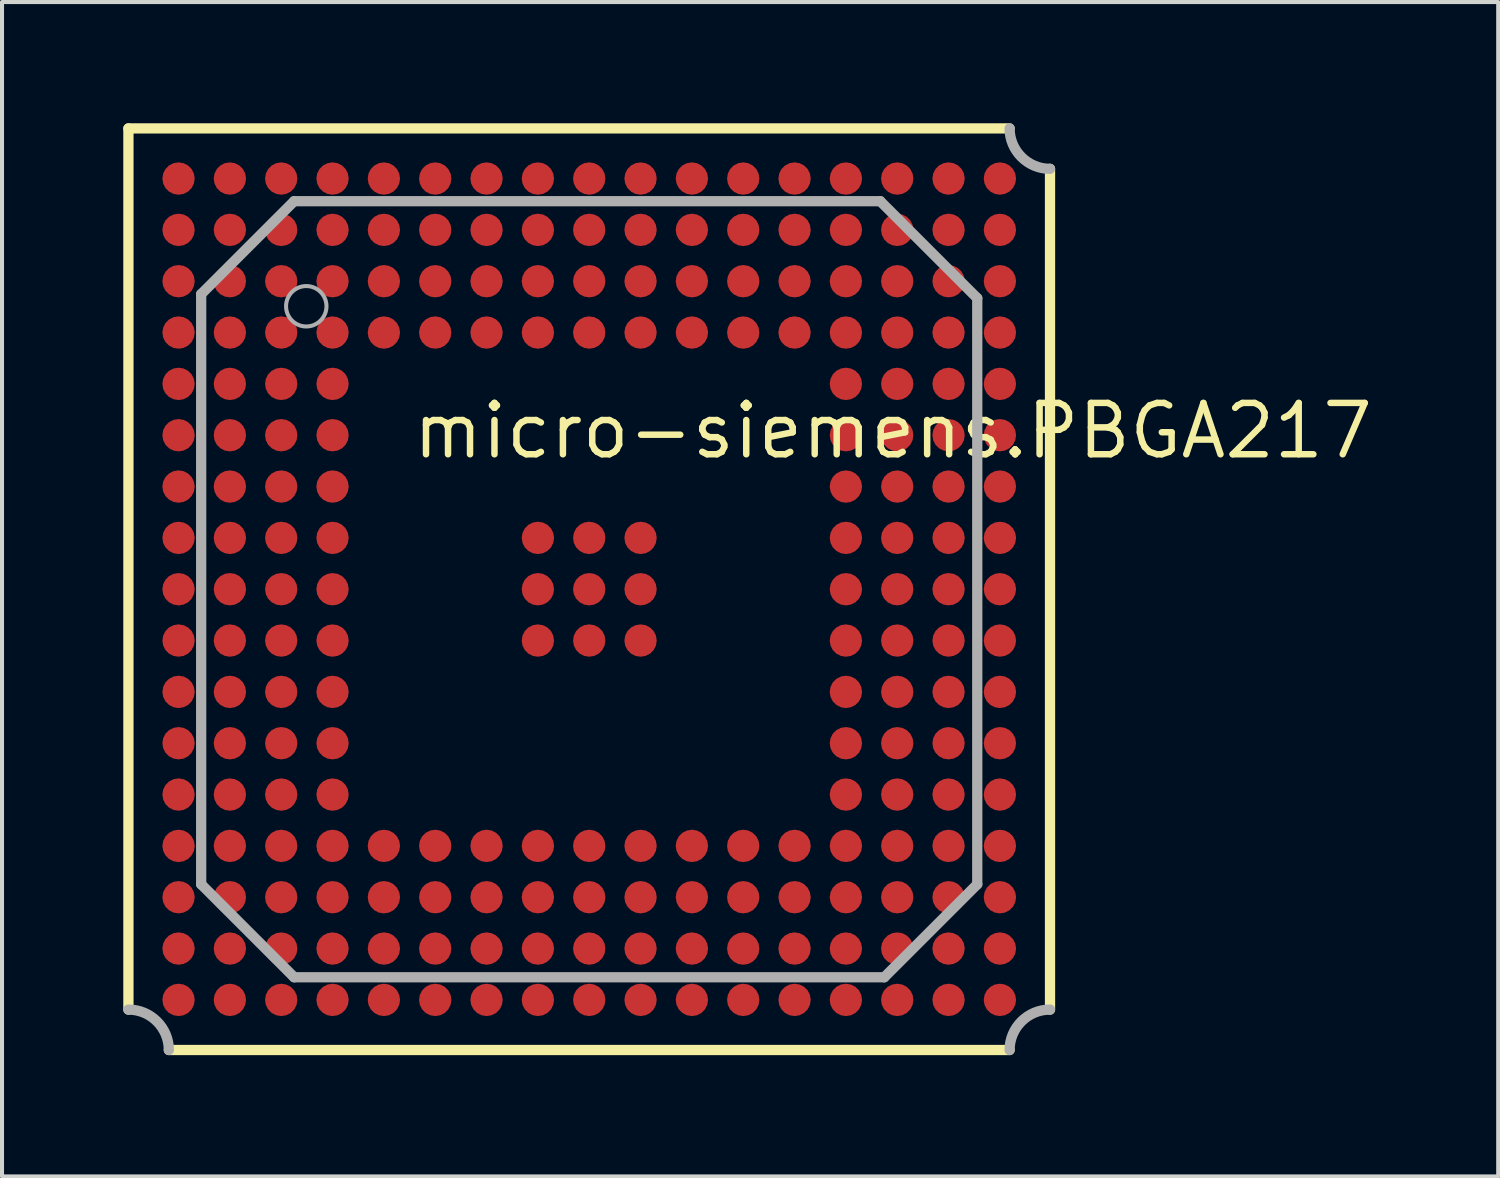
<source format=kicad_pcb>
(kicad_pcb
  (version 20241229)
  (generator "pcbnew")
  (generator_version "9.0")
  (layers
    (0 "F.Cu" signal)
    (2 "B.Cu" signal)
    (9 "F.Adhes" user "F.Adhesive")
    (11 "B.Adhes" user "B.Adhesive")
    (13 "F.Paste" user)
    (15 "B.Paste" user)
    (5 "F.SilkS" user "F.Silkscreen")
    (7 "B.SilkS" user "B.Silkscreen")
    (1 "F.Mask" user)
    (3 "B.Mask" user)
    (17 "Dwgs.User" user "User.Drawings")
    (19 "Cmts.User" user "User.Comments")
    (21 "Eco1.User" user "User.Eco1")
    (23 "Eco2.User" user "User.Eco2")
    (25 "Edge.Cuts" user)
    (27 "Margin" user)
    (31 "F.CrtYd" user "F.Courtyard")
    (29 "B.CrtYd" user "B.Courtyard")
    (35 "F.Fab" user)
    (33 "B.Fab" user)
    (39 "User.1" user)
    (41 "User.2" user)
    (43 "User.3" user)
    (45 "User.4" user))
  (footprint "micro-siemens.PBGA217"
    (layer "F.Cu")
    (at 11.527 11.527)
    (property "Reference" "micro-siemens.PBGA217" (at -4.445 -3.175 0) (layer "F.SilkS") (effects (font (size 1.27 1.27) (thickness 0.16)) (justify left bottom)))
    (attr smd)
    (fp_line (start -11.4 -11.4) (end 10.4 -11.4) (stroke (width 0.254) (type default)) (layer "F.SilkS"))
    (fp_line (start -11.4 10.4) (end -11.4 -11.4) (stroke (width 0.254) (type default)) (layer "F.SilkS"))
    (fp_line (start 10.4 11.4) (end -10.4 11.4) (stroke (width 0.254) (type default)) (layer "F.SilkS"))
    (fp_line (start 11.4 -10.4) (end 11.4 10.4) (stroke (width 0.254) (type default)) (layer "F.SilkS"))
    (fp_line (start -9.6 -7.3) (end -7.3 -9.6) (stroke (width 0.254) (type default)) (layer "F.Fab"))
    (fp_line (start -9.6 7.3) (end -9.6 -7.3) (stroke (width 0.254) (type default)) (layer "F.Fab"))
    (fp_line (start -7.3 -9.6) (end 7.2 -9.6) (stroke (width 0.254) (type default)) (layer "F.Fab"))
    (fp_line (start -7.3 9.6) (end -9.6 7.3) (stroke (width 0.254) (type default)) (layer "F.Fab"))
    (fp_line (start 7.2 -9.6) (end 9.6 -7.2) (stroke (width 0.254) (type default)) (layer "F.Fab"))
    (fp_line (start 7.3 9.6) (end -7.3 9.6) (stroke (width 0.254) (type default)) (layer "F.Fab"))
    (fp_line (start 9.6 -7.2) (end 9.6 7.3) (stroke (width 0.254) (type default)) (layer "F.Fab"))
    (fp_line (start 9.6 7.3) (end 7.3 9.6) (stroke (width 0.254) (type default)) (layer "F.Fab"))
    (fp_arc (start -11.4 10.4) (mid -10.692893 10.692893) (end -10.4 11.4) (stroke (width 0.254) (type default)) (layer "F.Fab"))
    (fp_arc (start 10.4 11.4) (mid 10.692893 10.692893) (end 11.4 10.4) (stroke (width 0.254) (type default)) (layer "F.Fab"))
    (fp_arc (start 11.4 -10.4) (mid 10.692893 -10.692893) (end 10.4 -11.4) (stroke (width 0.254) (type default)) (layer "F.Fab"))
    (fp_circle (center -7 -7) (end -6.5 -7) (stroke (width 0.1) (type default)) (fill no) (layer "F.Fab"))
    (pad "A1" smd roundrect (at -10.16 -10.16) (size 0.8 0.8) (layers "F.Cu" "F.Mask" "F.Paste") (roundrect_rratio 0.5))
    (pad "A2" smd roundrect (at -8.89 -10.16) (size 0.8 0.8) (layers "F.Cu" "F.Mask" "F.Paste") (roundrect_rratio 0.5))
    (pad "A3" smd roundrect (at -7.62 -10.16) (size 0.8 0.8) (layers "F.Cu" "F.Mask" "F.Paste") (roundrect_rratio 0.5))
    (pad "A4" smd roundrect (at -6.35 -10.16) (size 0.8 0.8) (layers "F.Cu" "F.Mask" "F.Paste") (roundrect_rratio 0.5))
    (pad "A5" smd roundrect (at -5.08 -10.16) (size 0.8 0.8) (layers "F.Cu" "F.Mask" "F.Paste") (roundrect_rratio 0.5))
    (pad "A6" smd roundrect (at -3.81 -10.16) (size 0.8 0.8) (layers "F.Cu" "F.Mask" "F.Paste") (roundrect_rratio 0.5))
    (pad "A7" smd roundrect (at -2.54 -10.16) (size 0.8 0.8) (layers "F.Cu" "F.Mask" "F.Paste") (roundrect_rratio 0.5))
    (pad "A8" smd roundrect (at -1.27 -10.16) (size 0.8 0.8) (layers "F.Cu" "F.Mask" "F.Paste") (roundrect_rratio 0.5))
    (pad "A9" smd roundrect (at 0 -10.16) (size 0.8 0.8) (layers "F.Cu" "F.Mask" "F.Paste") (roundrect_rratio 0.5))
    (pad "A10" smd roundrect (at 1.27 -10.16) (size 0.8 0.8) (layers "F.Cu" "F.Mask" "F.Paste") (roundrect_rratio 0.5))
    (pad "A11" smd roundrect (at 2.54 -10.16) (size 0.8 0.8) (layers "F.Cu" "F.Mask" "F.Paste") (roundrect_rratio 0.5))
    (pad "A12" smd roundrect (at 3.81 -10.16) (size 0.8 0.8) (layers "F.Cu" "F.Mask" "F.Paste") (roundrect_rratio 0.5))
    (pad "A13" smd roundrect (at 5.08 -10.16) (size 0.8 0.8) (layers "F.Cu" "F.Mask" "F.Paste") (roundrect_rratio 0.5))
    (pad "A14" smd roundrect (at 6.35 -10.16) (size 0.8 0.8) (layers "F.Cu" "F.Mask" "F.Paste") (roundrect_rratio 0.5))
    (pad "A15" smd roundrect (at 7.62 -10.16) (size 0.8 0.8) (layers "F.Cu" "F.Mask" "F.Paste") (roundrect_rratio 0.5))
    (pad "A16" smd roundrect (at 8.89 -10.16) (size 0.8 0.8) (layers "F.Cu" "F.Mask" "F.Paste") (roundrect_rratio 0.5))
    (pad "A17" smd roundrect (at 10.16 -10.16) (size 0.8 0.8) (layers "F.Cu" "F.Mask" "F.Paste") (roundrect_rratio 0.5))
    (pad "B1" smd roundrect (at -10.16 -8.89) (size 0.8 0.8) (layers "F.Cu" "F.Mask" "F.Paste") (roundrect_rratio 0.5))
    (pad "B2" smd roundrect (at -8.89 -8.89) (size 0.8 0.8) (layers "F.Cu" "F.Mask" "F.Paste") (roundrect_rratio 0.5))
    (pad "B3" smd roundrect (at -7.62 -8.89) (size 0.8 0.8) (layers "F.Cu" "F.Mask" "F.Paste") (roundrect_rratio 0.5))
    (pad "B4" smd roundrect (at -6.35 -8.89) (size 0.8 0.8) (layers "F.Cu" "F.Mask" "F.Paste") (roundrect_rratio 0.5))
    (pad "B5" smd roundrect (at -5.08 -8.89) (size 0.8 0.8) (layers "F.Cu" "F.Mask" "F.Paste") (roundrect_rratio 0.5))
    (pad "B6" smd roundrect (at -3.81 -8.89) (size 0.8 0.8) (layers "F.Cu" "F.Mask" "F.Paste") (roundrect_rratio 0.5))
    (pad "B7" smd roundrect (at -2.54 -8.89) (size 0.8 0.8) (layers "F.Cu" "F.Mask" "F.Paste") (roundrect_rratio 0.5))
    (pad "B8" smd roundrect (at -1.27 -8.89) (size 0.8 0.8) (layers "F.Cu" "F.Mask" "F.Paste") (roundrect_rratio 0.5))
    (pad "B9" smd roundrect (at 0 -8.89) (size 0.8 0.8) (layers "F.Cu" "F.Mask" "F.Paste") (roundrect_rratio 0.5))
    (pad "B10" smd roundrect (at 1.27 -8.89) (size 0.8 0.8) (layers "F.Cu" "F.Mask" "F.Paste") (roundrect_rratio 0.5))
    (pad "B11" smd roundrect (at 2.54 -8.89) (size 0.8 0.8) (layers "F.Cu" "F.Mask" "F.Paste") (roundrect_rratio 0.5))
    (pad "B12" smd roundrect (at 3.81 -8.89) (size 0.8 0.8) (layers "F.Cu" "F.Mask" "F.Paste") (roundrect_rratio 0.5))
    (pad "B13" smd roundrect (at 5.08 -8.89) (size 0.8 0.8) (layers "F.Cu" "F.Mask" "F.Paste") (roundrect_rratio 0.5))
    (pad "B14" smd roundrect (at 6.35 -8.89) (size 0.8 0.8) (layers "F.Cu" "F.Mask" "F.Paste") (roundrect_rratio 0.5))
    (pad "B15" smd roundrect (at 7.62 -8.89) (size 0.8 0.8) (layers "F.Cu" "F.Mask" "F.Paste") (roundrect_rratio 0.5))
    (pad "B16" smd roundrect (at 8.89 -8.89) (size 0.8 0.8) (layers "F.Cu" "F.Mask" "F.Paste") (roundrect_rratio 0.5))
    (pad "B17" smd roundrect (at 10.16 -8.89) (size 0.8 0.8) (layers "F.Cu" "F.Mask" "F.Paste") (roundrect_rratio 0.5))
    (pad "C1" smd roundrect (at -10.16 -7.62) (size 0.8 0.8) (layers "F.Cu" "F.Mask" "F.Paste") (roundrect_rratio 0.5))
    (pad "C2" smd roundrect (at -8.89 -7.62) (size 0.8 0.8) (layers "F.Cu" "F.Mask" "F.Paste") (roundrect_rratio 0.5))
    (pad "C3" smd roundrect (at -7.62 -7.62) (size 0.8 0.8) (layers "F.Cu" "F.Mask" "F.Paste") (roundrect_rratio 0.5))
    (pad "C4" smd roundrect (at -6.35 -7.62) (size 0.8 0.8) (layers "F.Cu" "F.Mask" "F.Paste") (roundrect_rratio 0.5))
    (pad "C5" smd roundrect (at -5.08 -7.62) (size 0.8 0.8) (layers "F.Cu" "F.Mask" "F.Paste") (roundrect_rratio 0.5))
    (pad "C6" smd roundrect (at -3.81 -7.62) (size 0.8 0.8) (layers "F.Cu" "F.Mask" "F.Paste") (roundrect_rratio 0.5))
    (pad "C7" smd roundrect (at -2.54 -7.62) (size 0.8 0.8) (layers "F.Cu" "F.Mask" "F.Paste") (roundrect_rratio 0.5))
    (pad "C8" smd roundrect (at -1.27 -7.62) (size 0.8 0.8) (layers "F.Cu" "F.Mask" "F.Paste") (roundrect_rratio 0.5))
    (pad "C9" smd roundrect (at 0 -7.62) (size 0.8 0.8) (layers "F.Cu" "F.Mask" "F.Paste") (roundrect_rratio 0.5))
    (pad "C10" smd roundrect (at 1.27 -7.62) (size 0.8 0.8) (layers "F.Cu" "F.Mask" "F.Paste") (roundrect_rratio 0.5))
    (pad "C11" smd roundrect (at 2.54 -7.62) (size 0.8 0.8) (layers "F.Cu" "F.Mask" "F.Paste") (roundrect_rratio 0.5))
    (pad "C12" smd roundrect (at 3.81 -7.62) (size 0.8 0.8) (layers "F.Cu" "F.Mask" "F.Paste") (roundrect_rratio 0.5))
    (pad "C13" smd roundrect (at 5.08 -7.62) (size 0.8 0.8) (layers "F.Cu" "F.Mask" "F.Paste") (roundrect_rratio 0.5))
    (pad "C14" smd roundrect (at 6.35 -7.62) (size 0.8 0.8) (layers "F.Cu" "F.Mask" "F.Paste") (roundrect_rratio 0.5))
    (pad "C15" smd roundrect (at 7.62 -7.62) (size 0.8 0.8) (layers "F.Cu" "F.Mask" "F.Paste") (roundrect_rratio 0.5))
    (pad "C16" smd roundrect (at 8.89 -7.62) (size 0.8 0.8) (layers "F.Cu" "F.Mask" "F.Paste") (roundrect_rratio 0.5))
    (pad "C17" smd roundrect (at 10.16 -7.62) (size 0.8 0.8) (layers "F.Cu" "F.Mask" "F.Paste") (roundrect_rratio 0.5))
    (pad "D1" smd roundrect (at -10.16 -6.35) (size 0.8 0.8) (layers "F.Cu" "F.Mask" "F.Paste") (roundrect_rratio 0.5))
    (pad "D2" smd roundrect (at -8.89 -6.35) (size 0.8 0.8) (layers "F.Cu" "F.Mask" "F.Paste") (roundrect_rratio 0.5))
    (pad "D3" smd roundrect (at -7.62 -6.35) (size 0.8 0.8) (layers "F.Cu" "F.Mask" "F.Paste") (roundrect_rratio 0.5))
    (pad "D4" smd roundrect (at -6.35 -6.35) (size 0.8 0.8) (layers "F.Cu" "F.Mask" "F.Paste") (roundrect_rratio 0.5))
    (pad "D5" smd roundrect (at -5.08 -6.35) (size 0.8 0.8) (layers "F.Cu" "F.Mask" "F.Paste") (roundrect_rratio 0.5))
    (pad "D6" smd roundrect (at -3.81 -6.35) (size 0.8 0.8) (layers "F.Cu" "F.Mask" "F.Paste") (roundrect_rratio 0.5))
    (pad "D7" smd roundrect (at -2.54 -6.35) (size 0.8 0.8) (layers "F.Cu" "F.Mask" "F.Paste") (roundrect_rratio 0.5))
    (pad "D8" smd roundrect (at -1.27 -6.35) (size 0.8 0.8) (layers "F.Cu" "F.Mask" "F.Paste") (roundrect_rratio 0.5))
    (pad "D9" smd roundrect (at 0 -6.35) (size 0.8 0.8) (layers "F.Cu" "F.Mask" "F.Paste") (roundrect_rratio 0.5))
    (pad "D10" smd roundrect (at 1.27 -6.35) (size 0.8 0.8) (layers "F.Cu" "F.Mask" "F.Paste") (roundrect_rratio 0.5))
    (pad "D11" smd roundrect (at 2.54 -6.35) (size 0.8 0.8) (layers "F.Cu" "F.Mask" "F.Paste") (roundrect_rratio 0.5))
    (pad "D12" smd roundrect (at 3.81 -6.35) (size 0.8 0.8) (layers "F.Cu" "F.Mask" "F.Paste") (roundrect_rratio 0.5))
    (pad "D13" smd roundrect (at 5.08 -6.35) (size 0.8 0.8) (layers "F.Cu" "F.Mask" "F.Paste") (roundrect_rratio 0.5))
    (pad "D14" smd roundrect (at 6.35 -6.35) (size 0.8 0.8) (layers "F.Cu" "F.Mask" "F.Paste") (roundrect_rratio 0.5))
    (pad "D15" smd roundrect (at 7.62 -6.35) (size 0.8 0.8) (layers "F.Cu" "F.Mask" "F.Paste") (roundrect_rratio 0.5))
    (pad "D16" smd roundrect (at 8.89 -6.35) (size 0.8 0.8) (layers "F.Cu" "F.Mask" "F.Paste") (roundrect_rratio 0.5))
    (pad "D17" smd roundrect (at 10.16 -6.35) (size 0.8 0.8) (layers "F.Cu" "F.Mask" "F.Paste") (roundrect_rratio 0.5))
    (pad "E1" smd roundrect (at -10.16 -5.08) (size 0.8 0.8) (layers "F.Cu" "F.Mask" "F.Paste") (roundrect_rratio 0.5))
    (pad "E2" smd roundrect (at -8.89 -5.08) (size 0.8 0.8) (layers "F.Cu" "F.Mask" "F.Paste") (roundrect_rratio 0.5))
    (pad "E3" smd roundrect (at -7.62 -5.08) (size 0.8 0.8) (layers "F.Cu" "F.Mask" "F.Paste") (roundrect_rratio 0.5))
    (pad "E4" smd roundrect (at -6.35 -5.08) (size 0.8 0.8) (layers "F.Cu" "F.Mask" "F.Paste") (roundrect_rratio 0.5))
    (pad "E14" smd roundrect (at 6.35 -5.08) (size 0.8 0.8) (layers "F.Cu" "F.Mask" "F.Paste") (roundrect_rratio 0.5))
    (pad "E15" smd roundrect (at 7.62 -5.08) (size 0.8 0.8) (layers "F.Cu" "F.Mask" "F.Paste") (roundrect_rratio 0.5))
    (pad "E16" smd roundrect (at 8.89 -5.08) (size 0.8 0.8) (layers "F.Cu" "F.Mask" "F.Paste") (roundrect_rratio 0.5))
    (pad "E17" smd roundrect (at 10.16 -5.08) (size 0.8 0.8) (layers "F.Cu" "F.Mask" "F.Paste") (roundrect_rratio 0.5))
    (pad "F1" smd roundrect (at -10.16 -3.81) (size 0.8 0.8) (layers "F.Cu" "F.Mask" "F.Paste") (roundrect_rratio 0.5))
    (pad "F2" smd roundrect (at -8.89 -3.81) (size 0.8 0.8) (layers "F.Cu" "F.Mask" "F.Paste") (roundrect_rratio 0.5))
    (pad "F3" smd roundrect (at -7.62 -3.81) (size 0.8 0.8) (layers "F.Cu" "F.Mask" "F.Paste") (roundrect_rratio 0.5))
    (pad "F4" smd roundrect (at -6.35 -3.81) (size 0.8 0.8) (layers "F.Cu" "F.Mask" "F.Paste") (roundrect_rratio 0.5))
    (pad "F14" smd roundrect (at 6.35 -3.81) (size 0.8 0.8) (layers "F.Cu" "F.Mask" "F.Paste") (roundrect_rratio 0.5))
    (pad "F15" smd roundrect (at 7.62 -3.81) (size 0.8 0.8) (layers "F.Cu" "F.Mask" "F.Paste") (roundrect_rratio 0.5))
    (pad "F16" smd roundrect (at 8.89 -3.81) (size 0.8 0.8) (layers "F.Cu" "F.Mask" "F.Paste") (roundrect_rratio 0.5))
    (pad "F17" smd roundrect (at 10.16 -3.81) (size 0.8 0.8) (layers "F.Cu" "F.Mask" "F.Paste") (roundrect_rratio 0.5))
    (pad "G1" smd roundrect (at -10.16 -2.54) (size 0.8 0.8) (layers "F.Cu" "F.Mask" "F.Paste") (roundrect_rratio 0.5))
    (pad "G2" smd roundrect (at -8.89 -2.54) (size 0.8 0.8) (layers "F.Cu" "F.Mask" "F.Paste") (roundrect_rratio 0.5))
    (pad "G3" smd roundrect (at -7.62 -2.54) (size 0.8 0.8) (layers "F.Cu" "F.Mask" "F.Paste") (roundrect_rratio 0.5))
    (pad "G4" smd roundrect (at -6.35 -2.54) (size 0.8 0.8) (layers "F.Cu" "F.Mask" "F.Paste") (roundrect_rratio 0.5))
    (pad "G14" smd roundrect (at 6.35 -2.54) (size 0.8 0.8) (layers "F.Cu" "F.Mask" "F.Paste") (roundrect_rratio 0.5))
    (pad "G15" smd roundrect (at 7.62 -2.54) (size 0.8 0.8) (layers "F.Cu" "F.Mask" "F.Paste") (roundrect_rratio 0.5))
    (pad "G16" smd roundrect (at 8.89 -2.54) (size 0.8 0.8) (layers "F.Cu" "F.Mask" "F.Paste") (roundrect_rratio 0.5))
    (pad "G17" smd roundrect (at 10.16 -2.54) (size 0.8 0.8) (layers "F.Cu" "F.Mask" "F.Paste") (roundrect_rratio 0.5))
    (pad "H1" smd roundrect (at -10.16 -1.27) (size 0.8 0.8) (layers "F.Cu" "F.Mask" "F.Paste") (roundrect_rratio 0.5))
    (pad "H2" smd roundrect (at -8.89 -1.27) (size 0.8 0.8) (layers "F.Cu" "F.Mask" "F.Paste") (roundrect_rratio 0.5))
    (pad "H3" smd roundrect (at -7.62 -1.27) (size 0.8 0.8) (layers "F.Cu" "F.Mask" "F.Paste") (roundrect_rratio 0.5))
    (pad "H4" smd roundrect (at -6.35 -1.27) (size 0.8 0.8) (layers "F.Cu" "F.Mask" "F.Paste") (roundrect_rratio 0.5))
    (pad "H8" smd roundrect (at -1.27 -1.27) (size 0.8 0.8) (layers "F.Cu" "F.Mask" "F.Paste") (roundrect_rratio 0.5))
    (pad "H9" smd roundrect (at 0 -1.27) (size 0.8 0.8) (layers "F.Cu" "F.Mask" "F.Paste") (roundrect_rratio 0.5))
    (pad "H10" smd roundrect (at 1.27 -1.27) (size 0.8 0.8) (layers "F.Cu" "F.Mask" "F.Paste") (roundrect_rratio 0.5))
    (pad "H14" smd roundrect (at 6.35 -1.27) (size 0.8 0.8) (layers "F.Cu" "F.Mask" "F.Paste") (roundrect_rratio 0.5))
    (pad "H15" smd roundrect (at 7.62 -1.27) (size 0.8 0.8) (layers "F.Cu" "F.Mask" "F.Paste") (roundrect_rratio 0.5))
    (pad "H16" smd roundrect (at 8.89 -1.27) (size 0.8 0.8) (layers "F.Cu" "F.Mask" "F.Paste") (roundrect_rratio 0.5))
    (pad "H17" smd roundrect (at 10.16 -1.27) (size 0.8 0.8) (layers "F.Cu" "F.Mask" "F.Paste") (roundrect_rratio 0.5))
    (pad "J1" smd roundrect (at -10.16 0) (size 0.8 0.8) (layers "F.Cu" "F.Mask" "F.Paste") (roundrect_rratio 0.5))
    (pad "J2" smd roundrect (at -8.89 0) (size 0.8 0.8) (layers "F.Cu" "F.Mask" "F.Paste") (roundrect_rratio 0.5))
    (pad "J3" smd roundrect (at -7.62 0) (size 0.8 0.8) (layers "F.Cu" "F.Mask" "F.Paste") (roundrect_rratio 0.5))
    (pad "J4" smd roundrect (at -6.35 0) (size 0.8 0.8) (layers "F.Cu" "F.Mask" "F.Paste") (roundrect_rratio 0.5))
    (pad "J8" smd roundrect (at -1.27 0) (size 0.8 0.8) (layers "F.Cu" "F.Mask" "F.Paste") (roundrect_rratio 0.5))
    (pad "J9" smd roundrect (at 0 0) (size 0.8 0.8) (layers "F.Cu" "F.Mask" "F.Paste") (roundrect_rratio 0.5))
    (pad "J10" smd roundrect (at 1.27 0) (size 0.8 0.8) (layers "F.Cu" "F.Mask" "F.Paste") (roundrect_rratio 0.5))
    (pad "J14" smd roundrect (at 6.35 0) (size 0.8 0.8) (layers "F.Cu" "F.Mask" "F.Paste") (roundrect_rratio 0.5))
    (pad "J15" smd roundrect (at 7.62 0) (size 0.8 0.8) (layers "F.Cu" "F.Mask" "F.Paste") (roundrect_rratio 0.5))
    (pad "J16" smd roundrect (at 8.89 0) (size 0.8 0.8) (layers "F.Cu" "F.Mask" "F.Paste") (roundrect_rratio 0.5))
    (pad "J17" smd roundrect (at 10.16 0) (size 0.8 0.8) (layers "F.Cu" "F.Mask" "F.Paste") (roundrect_rratio 0.5))
    (pad "K1" smd roundrect (at -10.16 1.27) (size 0.8 0.8) (layers "F.Cu" "F.Mask" "F.Paste") (roundrect_rratio 0.5))
    (pad "K2" smd roundrect (at -8.89 1.27) (size 0.8 0.8) (layers "F.Cu" "F.Mask" "F.Paste") (roundrect_rratio 0.5))
    (pad "K3" smd roundrect (at -7.62 1.27) (size 0.8 0.8) (layers "F.Cu" "F.Mask" "F.Paste") (roundrect_rratio 0.5))
    (pad "K4" smd roundrect (at -6.35 1.27) (size 0.8 0.8) (layers "F.Cu" "F.Mask" "F.Paste") (roundrect_rratio 0.5))
    (pad "K8" smd roundrect (at -1.27 1.27) (size 0.8 0.8) (layers "F.Cu" "F.Mask" "F.Paste") (roundrect_rratio 0.5))
    (pad "K9" smd roundrect (at 0 1.27) (size 0.8 0.8) (layers "F.Cu" "F.Mask" "F.Paste") (roundrect_rratio 0.5))
    (pad "K10" smd roundrect (at 1.27 1.27) (size 0.8 0.8) (layers "F.Cu" "F.Mask" "F.Paste") (roundrect_rratio 0.5))
    (pad "K14" smd roundrect (at 6.35 1.27) (size 0.8 0.8) (layers "F.Cu" "F.Mask" "F.Paste") (roundrect_rratio 0.5))
    (pad "K15" smd roundrect (at 7.62 1.27) (size 0.8 0.8) (layers "F.Cu" "F.Mask" "F.Paste") (roundrect_rratio 0.5))
    (pad "K16" smd roundrect (at 8.89 1.27) (size 0.8 0.8) (layers "F.Cu" "F.Mask" "F.Paste") (roundrect_rratio 0.5))
    (pad "K17" smd roundrect (at 10.16 1.27) (size 0.8 0.8) (layers "F.Cu" "F.Mask" "F.Paste") (roundrect_rratio 0.5))
    (pad "L1" smd roundrect (at -10.16 2.54) (size 0.8 0.8) (layers "F.Cu" "F.Mask" "F.Paste") (roundrect_rratio 0.5))
    (pad "L2" smd roundrect (at -8.89 2.54) (size 0.8 0.8) (layers "F.Cu" "F.Mask" "F.Paste") (roundrect_rratio 0.5))
    (pad "L3" smd roundrect (at -7.62 2.54) (size 0.8 0.8) (layers "F.Cu" "F.Mask" "F.Paste") (roundrect_rratio 0.5))
    (pad "L4" smd roundrect (at -6.35 2.54) (size 0.8 0.8) (layers "F.Cu" "F.Mask" "F.Paste") (roundrect_rratio 0.5))
    (pad "L14" smd roundrect (at 6.35 2.54) (size 0.8 0.8) (layers "F.Cu" "F.Mask" "F.Paste") (roundrect_rratio 0.5))
    (pad "L15" smd roundrect (at 7.62 2.54) (size 0.8 0.8) (layers "F.Cu" "F.Mask" "F.Paste") (roundrect_rratio 0.5))
    (pad "L16" smd roundrect (at 8.89 2.54) (size 0.8 0.8) (layers "F.Cu" "F.Mask" "F.Paste") (roundrect_rratio 0.5))
    (pad "L17" smd roundrect (at 10.16 2.54) (size 0.8 0.8) (layers "F.Cu" "F.Mask" "F.Paste") (roundrect_rratio 0.5))
    (pad "M1" smd roundrect (at -10.16 3.81) (size 0.8 0.8) (layers "F.Cu" "F.Mask" "F.Paste") (roundrect_rratio 0.5))
    (pad "M2" smd roundrect (at -8.89 3.81) (size 0.8 0.8) (layers "F.Cu" "F.Mask" "F.Paste") (roundrect_rratio 0.5))
    (pad "M3" smd roundrect (at -7.62 3.81) (size 0.8 0.8) (layers "F.Cu" "F.Mask" "F.Paste") (roundrect_rratio 0.5))
    (pad "M4" smd roundrect (at -6.35 3.81) (size 0.8 0.8) (layers "F.Cu" "F.Mask" "F.Paste") (roundrect_rratio 0.5))
    (pad "M14" smd roundrect (at 6.35 3.81) (size 0.8 0.8) (layers "F.Cu" "F.Mask" "F.Paste") (roundrect_rratio 0.5))
    (pad "M15" smd roundrect (at 7.62 3.81) (size 0.8 0.8) (layers "F.Cu" "F.Mask" "F.Paste") (roundrect_rratio 0.5))
    (pad "M16" smd roundrect (at 8.89 3.81) (size 0.8 0.8) (layers "F.Cu" "F.Mask" "F.Paste") (roundrect_rratio 0.5))
    (pad "M17" smd roundrect (at 10.16 3.81) (size 0.8 0.8) (layers "F.Cu" "F.Mask" "F.Paste") (roundrect_rratio 0.5))
    (pad "N1" smd roundrect (at -10.16 5.08) (size 0.8 0.8) (layers "F.Cu" "F.Mask" "F.Paste") (roundrect_rratio 0.5))
    (pad "N2" smd roundrect (at -8.89 5.08) (size 0.8 0.8) (layers "F.Cu" "F.Mask" "F.Paste") (roundrect_rratio 0.5))
    (pad "N3" smd roundrect (at -7.62 5.08) (size 0.8 0.8) (layers "F.Cu" "F.Mask" "F.Paste") (roundrect_rratio 0.5))
    (pad "N4" smd roundrect (at -6.35 5.08) (size 0.8 0.8) (layers "F.Cu" "F.Mask" "F.Paste") (roundrect_rratio 0.5))
    (pad "N14" smd roundrect (at 6.35 5.08) (size 0.8 0.8) (layers "F.Cu" "F.Mask" "F.Paste") (roundrect_rratio 0.5))
    (pad "N15" smd roundrect (at 7.62 5.08) (size 0.8 0.8) (layers "F.Cu" "F.Mask" "F.Paste") (roundrect_rratio 0.5))
    (pad "N16" smd roundrect (at 8.89 5.08) (size 0.8 0.8) (layers "F.Cu" "F.Mask" "F.Paste") (roundrect_rratio 0.5))
    (pad "N17" smd roundrect (at 10.16 5.08) (size 0.8 0.8) (layers "F.Cu" "F.Mask" "F.Paste") (roundrect_rratio 0.5))
    (pad "P1" smd roundrect (at -10.16 6.35) (size 0.8 0.8) (layers "F.Cu" "F.Mask" "F.Paste") (roundrect_rratio 0.5))
    (pad "P2" smd roundrect (at -8.89 6.35) (size 0.8 0.8) (layers "F.Cu" "F.Mask" "F.Paste") (roundrect_rratio 0.5))
    (pad "P3" smd roundrect (at -7.62 6.35) (size 0.8 0.8) (layers "F.Cu" "F.Mask" "F.Paste") (roundrect_rratio 0.5))
    (pad "P4" smd roundrect (at -6.35 6.35) (size 0.8 0.8) (layers "F.Cu" "F.Mask" "F.Paste") (roundrect_rratio 0.5))
    (pad "P5" smd roundrect (at -5.08 6.35) (size 0.8 0.8) (layers "F.Cu" "F.Mask" "F.Paste") (roundrect_rratio 0.5))
    (pad "P6" smd roundrect (at -3.81 6.35) (size 0.8 0.8) (layers "F.Cu" "F.Mask" "F.Paste") (roundrect_rratio 0.5))
    (pad "P7" smd roundrect (at -2.54 6.35) (size 0.8 0.8) (layers "F.Cu" "F.Mask" "F.Paste") (roundrect_rratio 0.5))
    (pad "P8" smd roundrect (at -1.27 6.35) (size 0.8 0.8) (layers "F.Cu" "F.Mask" "F.Paste") (roundrect_rratio 0.5))
    (pad "P9" smd roundrect (at 0 6.35) (size 0.8 0.8) (layers "F.Cu" "F.Mask" "F.Paste") (roundrect_rratio 0.5))
    (pad "P10" smd roundrect (at 1.27 6.35) (size 0.8 0.8) (layers "F.Cu" "F.Mask" "F.Paste") (roundrect_rratio 0.5))
    (pad "P11" smd roundrect (at 2.54 6.35) (size 0.8 0.8) (layers "F.Cu" "F.Mask" "F.Paste") (roundrect_rratio 0.5))
    (pad "P12" smd roundrect (at 3.81 6.35) (size 0.8 0.8) (layers "F.Cu" "F.Mask" "F.Paste") (roundrect_rratio 0.5))
    (pad "P13" smd roundrect (at 5.08 6.35) (size 0.8 0.8) (layers "F.Cu" "F.Mask" "F.Paste") (roundrect_rratio 0.5))
    (pad "P14" smd roundrect (at 6.35 6.35) (size 0.8 0.8) (layers "F.Cu" "F.Mask" "F.Paste") (roundrect_rratio 0.5))
    (pad "P15" smd roundrect (at 7.62 6.35) (size 0.8 0.8) (layers "F.Cu" "F.Mask" "F.Paste") (roundrect_rratio 0.5))
    (pad "P16" smd roundrect (at 8.89 6.35) (size 0.8 0.8) (layers "F.Cu" "F.Mask" "F.Paste") (roundrect_rratio 0.5))
    (pad "P17" smd roundrect (at 10.16 6.35) (size 0.8 0.8) (layers "F.Cu" "F.Mask" "F.Paste") (roundrect_rratio 0.5))
    (pad "R1" smd roundrect (at -10.16 7.62) (size 0.8 0.8) (layers "F.Cu" "F.Mask" "F.Paste") (roundrect_rratio 0.5))
    (pad "R2" smd roundrect (at -8.89 7.62) (size 0.8 0.8) (layers "F.Cu" "F.Mask" "F.Paste") (roundrect_rratio 0.5))
    (pad "R3" smd roundrect (at -7.62 7.62) (size 0.8 0.8) (layers "F.Cu" "F.Mask" "F.Paste") (roundrect_rratio 0.5))
    (pad "R4" smd roundrect (at -6.35 7.62) (size 0.8 0.8) (layers "F.Cu" "F.Mask" "F.Paste") (roundrect_rratio 0.5))
    (pad "R5" smd roundrect (at -5.08 7.62) (size 0.8 0.8) (layers "F.Cu" "F.Mask" "F.Paste") (roundrect_rratio 0.5))
    (pad "R6" smd roundrect (at -3.81 7.62) (size 0.8 0.8) (layers "F.Cu" "F.Mask" "F.Paste") (roundrect_rratio 0.5))
    (pad "R7" smd roundrect (at -2.54 7.62) (size 0.8 0.8) (layers "F.Cu" "F.Mask" "F.Paste") (roundrect_rratio 0.5))
    (pad "R8" smd roundrect (at -1.27 7.62) (size 0.8 0.8) (layers "F.Cu" "F.Mask" "F.Paste") (roundrect_rratio 0.5))
    (pad "R9" smd roundrect (at 0 7.62) (size 0.8 0.8) (layers "F.Cu" "F.Mask" "F.Paste") (roundrect_rratio 0.5))
    (pad "R10" smd roundrect (at 1.27 7.62) (size 0.8 0.8) (layers "F.Cu" "F.Mask" "F.Paste") (roundrect_rratio 0.5))
    (pad "R11" smd roundrect (at 2.54 7.62) (size 0.8 0.8) (layers "F.Cu" "F.Mask" "F.Paste") (roundrect_rratio 0.5))
    (pad "R12" smd roundrect (at 3.81 7.62) (size 0.8 0.8) (layers "F.Cu" "F.Mask" "F.Paste") (roundrect_rratio 0.5))
    (pad "R13" smd roundrect (at 5.08 7.62) (size 0.8 0.8) (layers "F.Cu" "F.Mask" "F.Paste") (roundrect_rratio 0.5))
    (pad "R14" smd roundrect (at 6.35 7.62) (size 0.8 0.8) (layers "F.Cu" "F.Mask" "F.Paste") (roundrect_rratio 0.5))
    (pad "R15" smd roundrect (at 7.62 7.62) (size 0.8 0.8) (layers "F.Cu" "F.Mask" "F.Paste") (roundrect_rratio 0.5))
    (pad "R16" smd roundrect (at 8.89 7.62) (size 0.8 0.8) (layers "F.Cu" "F.Mask" "F.Paste") (roundrect_rratio 0.5))
    (pad "R17" smd roundrect (at 10.16 7.62) (size 0.8 0.8) (layers "F.Cu" "F.Mask" "F.Paste") (roundrect_rratio 0.5))
    (pad "T1" smd roundrect (at -10.16 8.89) (size 0.8 0.8) (layers "F.Cu" "F.Mask" "F.Paste") (roundrect_rratio 0.5))
    (pad "T2" smd roundrect (at -8.89 8.89) (size 0.8 0.8) (layers "F.Cu" "F.Mask" "F.Paste") (roundrect_rratio 0.5))
    (pad "T3" smd roundrect (at -7.62 8.89) (size 0.8 0.8) (layers "F.Cu" "F.Mask" "F.Paste") (roundrect_rratio 0.5))
    (pad "T4" smd roundrect (at -6.35 8.89) (size 0.8 0.8) (layers "F.Cu" "F.Mask" "F.Paste") (roundrect_rratio 0.5))
    (pad "T5" smd roundrect (at -5.08 8.89) (size 0.8 0.8) (layers "F.Cu" "F.Mask" "F.Paste") (roundrect_rratio 0.5))
    (pad "T6" smd roundrect (at -3.81 8.89) (size 0.8 0.8) (layers "F.Cu" "F.Mask" "F.Paste") (roundrect_rratio 0.5))
    (pad "T7" smd roundrect (at -2.54 8.89) (size 0.8 0.8) (layers "F.Cu" "F.Mask" "F.Paste") (roundrect_rratio 0.5))
    (pad "T8" smd roundrect (at -1.27 8.89) (size 0.8 0.8) (layers "F.Cu" "F.Mask" "F.Paste") (roundrect_rratio 0.5))
    (pad "T9" smd roundrect (at 0 8.89) (size 0.8 0.8) (layers "F.Cu" "F.Mask" "F.Paste") (roundrect_rratio 0.5))
    (pad "T10" smd roundrect (at 1.27 8.89) (size 0.8 0.8) (layers "F.Cu" "F.Mask" "F.Paste") (roundrect_rratio 0.5))
    (pad "T11" smd roundrect (at 2.54 8.89) (size 0.8 0.8) (layers "F.Cu" "F.Mask" "F.Paste") (roundrect_rratio 0.5))
    (pad "T12" smd roundrect (at 3.81 8.89) (size 0.8 0.8) (layers "F.Cu" "F.Mask" "F.Paste") (roundrect_rratio 0.5))
    (pad "T13" smd roundrect (at 5.08 8.89) (size 0.8 0.8) (layers "F.Cu" "F.Mask" "F.Paste") (roundrect_rratio 0.5))
    (pad "T14" smd roundrect (at 6.35 8.89) (size 0.8 0.8) (layers "F.Cu" "F.Mask" "F.Paste") (roundrect_rratio 0.5))
    (pad "T15" smd roundrect (at 7.62 8.89) (size 0.8 0.8) (layers "F.Cu" "F.Mask" "F.Paste") (roundrect_rratio 0.5))
    (pad "T16" smd roundrect (at 8.89 8.89) (size 0.8 0.8) (layers "F.Cu" "F.Mask" "F.Paste") (roundrect_rratio 0.5))
    (pad "T17" smd roundrect (at 10.16 8.89) (size 0.8 0.8) (layers "F.Cu" "F.Mask" "F.Paste") (roundrect_rratio 0.5))
    (pad "U1" smd roundrect (at -10.16 10.16) (size 0.8 0.8) (layers "F.Cu" "F.Mask" "F.Paste") (roundrect_rratio 0.5))
    (pad "U2" smd roundrect (at -8.89 10.16) (size 0.8 0.8) (layers "F.Cu" "F.Mask" "F.Paste") (roundrect_rratio 0.5))
    (pad "U3" smd roundrect (at -7.62 10.16) (size 0.8 0.8) (layers "F.Cu" "F.Mask" "F.Paste") (roundrect_rratio 0.5))
    (pad "U4" smd roundrect (at -6.35 10.16) (size 0.8 0.8) (layers "F.Cu" "F.Mask" "F.Paste") (roundrect_rratio 0.5))
    (pad "U5" smd roundrect (at -5.08 10.16) (size 0.8 0.8) (layers "F.Cu" "F.Mask" "F.Paste") (roundrect_rratio 0.5))
    (pad "U6" smd roundrect (at -3.81 10.16) (size 0.8 0.8) (layers "F.Cu" "F.Mask" "F.Paste") (roundrect_rratio 0.5))
    (pad "U7" smd roundrect (at -2.54 10.16) (size 0.8 0.8) (layers "F.Cu" "F.Mask" "F.Paste") (roundrect_rratio 0.5))
    (pad "U8" smd roundrect (at -1.27 10.16) (size 0.8 0.8) (layers "F.Cu" "F.Mask" "F.Paste") (roundrect_rratio 0.5))
    (pad "U9" smd roundrect (at 0 10.16) (size 0.8 0.8) (layers "F.Cu" "F.Mask" "F.Paste") (roundrect_rratio 0.5))
    (pad "U10" smd roundrect (at 1.27 10.16) (size 0.8 0.8) (layers "F.Cu" "F.Mask" "F.Paste") (roundrect_rratio 0.5))
    (pad "U11" smd roundrect (at 2.54 10.16) (size 0.8 0.8) (layers "F.Cu" "F.Mask" "F.Paste") (roundrect_rratio 0.5))
    (pad "U12" smd roundrect (at 3.81 10.16) (size 0.8 0.8) (layers "F.Cu" "F.Mask" "F.Paste") (roundrect_rratio 0.5))
    (pad "U13" smd roundrect (at 5.08 10.16) (size 0.8 0.8) (layers "F.Cu" "F.Mask" "F.Paste") (roundrect_rratio 0.5))
    (pad "U14" smd roundrect (at 6.35 10.16) (size 0.8 0.8) (layers "F.Cu" "F.Mask" "F.Paste") (roundrect_rratio 0.5))
    (pad "U15" smd roundrect (at 7.62 10.16) (size 0.8 0.8) (layers "F.Cu" "F.Mask" "F.Paste") (roundrect_rratio 0.5))
    (pad "U16" smd roundrect (at 8.89 10.16) (size 0.8 0.8) (layers "F.Cu" "F.Mask" "F.Paste") (roundrect_rratio 0.5))
    (pad "U17" smd roundrect (at 10.16 10.16) (size 0.8 0.8) (layers "F.Cu" "F.Mask" "F.Paste") (roundrect_rratio 0.5)))
  (gr_rect
    (start -3 -3)
    (end 34.015 26.054)
    (stroke (width 0.1) (type default))
    (fill no)
    (layer "Edge.Cuts")))
</source>
